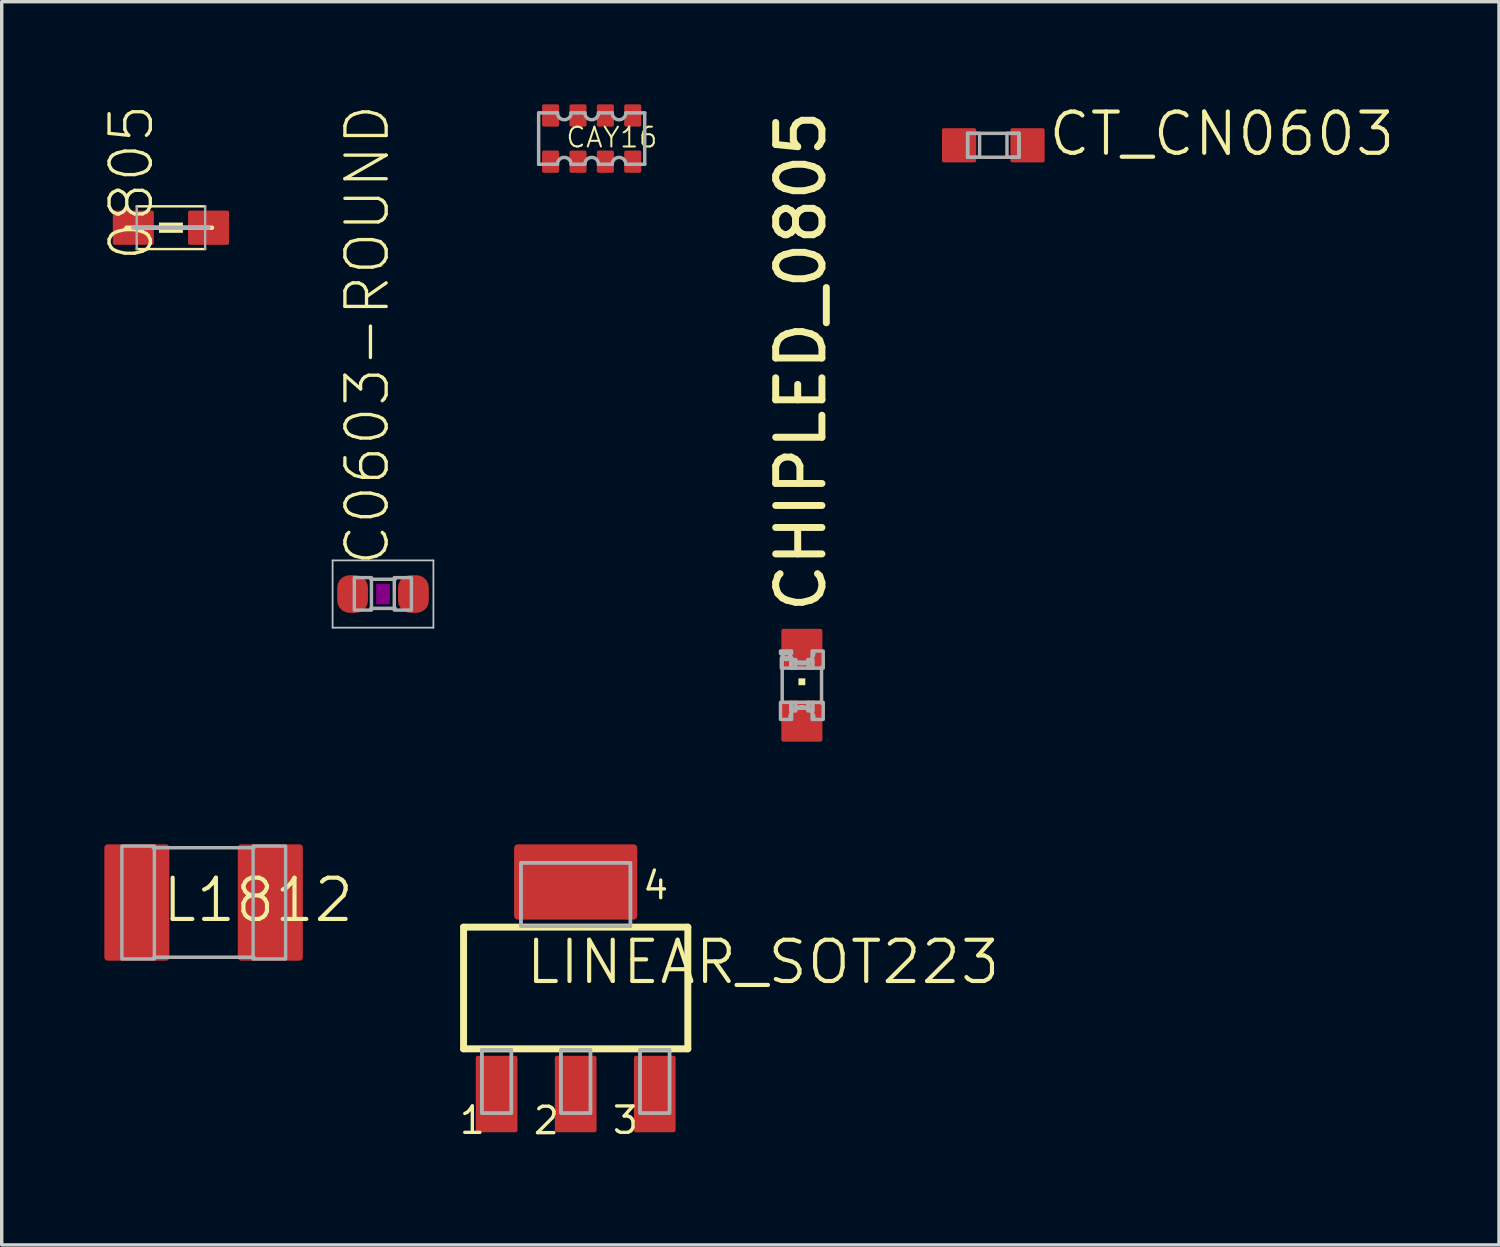
<source format=kicad_pcb>
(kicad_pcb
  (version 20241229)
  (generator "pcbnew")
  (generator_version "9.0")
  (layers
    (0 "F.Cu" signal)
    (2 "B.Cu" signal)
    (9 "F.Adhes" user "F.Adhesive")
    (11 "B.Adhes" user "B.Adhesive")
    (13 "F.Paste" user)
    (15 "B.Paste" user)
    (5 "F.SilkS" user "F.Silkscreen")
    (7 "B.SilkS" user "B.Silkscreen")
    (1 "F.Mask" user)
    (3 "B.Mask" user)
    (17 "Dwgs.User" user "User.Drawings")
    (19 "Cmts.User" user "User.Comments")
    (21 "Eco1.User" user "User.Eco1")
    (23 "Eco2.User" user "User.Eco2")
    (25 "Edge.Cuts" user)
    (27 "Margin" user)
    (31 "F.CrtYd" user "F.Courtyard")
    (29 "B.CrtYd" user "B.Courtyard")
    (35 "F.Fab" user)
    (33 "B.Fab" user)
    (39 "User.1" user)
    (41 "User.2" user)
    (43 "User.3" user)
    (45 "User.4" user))
  (footprint "LINEAR_SOT223"
    (layer "F.Cu")
    (at 13.776 25.826)
    (property "Reference" "LINEAR_SOT223" (at -1.524 -0.051 0) (layer "F.SilkS") (effects (font (size 1.206 1.206) (thickness 0.121)) (justify left bottom)))
    (attr through_hole)
    (fp_line (start -3.277 -1.778) (end 3.277 -1.778) (stroke (width 0.203) (type solid)) (layer "F.SilkS"))
    (fp_line (start -3.277 1.778) (end -3.277 -1.778) (stroke (width 0.203) (type solid)) (layer "F.SilkS"))
    (fp_line (start 3.277 -1.778) (end 3.277 1.778) (stroke (width 0.203) (type solid)) (layer "F.SilkS"))
    (fp_line (start 3.277 1.778) (end -3.277 1.778) (stroke (width 0.203) (type solid)) (layer "F.SilkS"))
    (fp_poly (pts (xy -2.743 3.658) (xy -1.88 3.658) (xy -1.88 1.803) (xy -2.743 1.803)) (stroke (width 0.1) (type solid)) (fill no) (layer "F.Fab"))
    (fp_poly (pts (xy -2.743 3.658) (xy -1.88 3.658) (xy -1.88 1.803) (xy -2.743 1.803)) (stroke (width 0.1) (type solid)) (fill no) (layer "F.Fab"))
    (fp_poly (pts (xy -1.6 -1.803) (xy 1.6 -1.803) (xy 1.6 -3.658) (xy -1.6 -3.658)) (stroke (width 0.1) (type solid)) (fill no) (layer "F.Fab"))
    (fp_poly (pts (xy -1.6 -1.803) (xy 1.6 -1.803) (xy 1.6 -3.658) (xy -1.6 -3.658)) (stroke (width 0.1) (type solid)) (fill no) (layer "F.Fab"))
    (fp_poly (pts (xy -0.432 3.658) (xy 0.432 3.658) (xy 0.432 1.803) (xy -0.432 1.803)) (stroke (width 0.1) (type solid)) (fill no) (layer "F.Fab"))
    (fp_poly (pts (xy -0.432 3.658) (xy 0.432 3.658) (xy 0.432 1.803) (xy -0.432 1.803)) (stroke (width 0.1) (type solid)) (fill no) (layer "F.Fab"))
    (fp_poly (pts (xy 1.88 3.658) (xy 2.743 3.658) (xy 2.743 1.803) (xy 1.88 1.803)) (stroke (width 0.1) (type solid)) (fill no) (layer "F.Fab"))
    (fp_poly (pts (xy 1.88 3.658) (xy 2.743 3.658) (xy 2.743 1.803) (xy 1.88 1.803)) (stroke (width 0.1) (type solid)) (fill no) (layer "F.Fab"))
    (fp_text user "2" (at -1.291 4.327 0) (layer "F.SilkS") (effects (font (size 0.772 0.772) (thickness 0.098)) (justify left bottom)))
    (fp_text user "4" (at 1.905 -2.54 0) (layer "F.SilkS") (effects (font (size 0.772 0.772) (thickness 0.098)) (justify left bottom)))
    (fp_text user "3" (at 1.021 4.318 0) (layer "F.SilkS") (effects (font (size 0.772 0.772) (thickness 0.098)) (justify left bottom)))
    (fp_text user "1" (at -3.453 4.318 0) (layer "F.SilkS") (effects (font (size 0.772 0.772) (thickness 0.098)) (justify left bottom)))
    (pad "1" smd roundrect (at -2.311 3.099) (size 1.219 2.235) (layers "F.Cu" "F.Mask" "F.Paste") (roundrect_rratio 0.05))
    (pad "2" smd roundrect (at 0 3.099) (size 1.219 2.235) (layers "F.Cu" "F.Mask" "F.Paste") (roundrect_rratio 0.05))
    (pad "3" smd roundrect (at 2.311 3.099) (size 1.219 2.235) (layers "F.Cu" "F.Mask" "F.Paste") (roundrect_rratio 0.05))
    (pad "4" smd roundrect (at 0 -3.099) (size 3.6 2.2) (layers "F.Cu" "F.Mask" "F.Paste") (roundrect_rratio 0.05)))
  (footprint "L1812"
    (layer "F.Cu")
    (at 2.9 23.327)
    (property "Reference" "L1812" (at -1.27 0.635 0) (layer "F.SilkS") (effects (font (size 1.206 1.206) (thickness 0.121)) (justify left bottom)))
    (attr through_hole)
    (fp_line (start -1.473 -1.6) (end 1.473 -1.6) (stroke (width 0.102) (type solid)) (layer "F.Fab"))
    (fp_line (start -1.448 1.6) (end 1.473 1.6) (stroke (width 0.102) (type solid)) (layer "F.Fab"))
    (fp_poly (pts (xy -2.388 1.651) (xy -1.438 1.651) (xy -1.438 -1.649) (xy -2.388 -1.649)) (stroke (width 0.1) (type solid)) (fill no) (layer "F.Fab"))
    (fp_poly (pts (xy 1.448 1.651) (xy 2.398 1.651) (xy 2.398 -1.649) (xy 1.448 -1.649)) (stroke (width 0.1) (type solid)) (fill no) (layer "F.Fab"))
    (pad "1" smd roundrect (at -1.95 0) (size 1.9 3.4) (layers "F.Cu" "F.Mask" "F.Paste") (roundrect_rratio 0.05))
    (pad "2" smd roundrect (at 1.95 0) (size 1.9 3.4) (layers "F.Cu" "F.Mask" "F.Paste") (roundrect_rratio 0.05)))
  (footprint "CT_CN0603"
    (layer "F.Cu")
    (at 25.981 1.197)
    (property "Reference" "CT_CN0603" (at 1.548 0.372 0) (layer "F.SilkS") (effects (font (size 1.206 1.206) (thickness 0.121)) (justify left bottom)))
    (attr through_hole)
    (fp_line (start -0.75 -0.35) (end 0.75 -0.35) (stroke (width 0.102) (type solid)) (layer "F.Fab"))
    (fp_line (start -0.75 0.35) (end -0.75 -0.35) (stroke (width 0.102) (type solid)) (layer "F.Fab"))
    (fp_line (start 0.75 -0.35) (end 0.75 0.35) (stroke (width 0.102) (type solid)) (layer "F.Fab"))
    (fp_line (start 0.75 0.35) (end -0.75 0.35) (stroke (width 0.102) (type solid)) (layer "F.Fab"))
    (fp_poly (pts (xy -0.75 0.35) (xy -0.4 0.35) (xy -0.4 -0.35) (xy -0.75 -0.35)) (stroke (width 0.1) (type solid)) (fill no) (layer "F.Fab"))
    (fp_poly (pts (xy 0.75 -0.35) (xy 0.4 -0.35) (xy 0.4 0.35) (xy 0.75 0.35)) (stroke (width 0.1) (type solid)) (fill no) (layer "F.Fab"))
    (pad "1" smd roundrect (at -1 0) (size 1 1) (layers "F.Cu" "F.Mask" "F.Paste") (roundrect_rratio 0.051))
    (pad "2" smd roundrect (at 1 0) (size 1 1) (layers "F.Cu" "F.Mask" "F.Paste") (roundrect_rratio 0.051)))
  (footprint "C0603-ROUND"
    (layer "F.Cu")
    (at 8.144 14.312)
    (property "Reference" "C0603-ROUND" (at 0.245 -0.762 90) (layer "F.SilkS") (effects (font (size 1.206 1.206) (thickness 0.097)) (justify left bottom)))
    (attr through_hole)
    (fp_poly (pts (xy -0.2 0.3) (xy 0.2 0.3) (xy 0.2 -0.3) (xy -0.2 -0.3)) (stroke (width 0) (type solid)) (fill yes) (layer "F.Adhes"))
    (fp_line (start -1.473 -0.983) (end 1.473 -0.983) (stroke (width 0.051) (type solid)) (layer "Dwgs.User"))
    (fp_line (start -1.473 0.983) (end -1.473 -0.983) (stroke (width 0.051) (type solid)) (layer "Dwgs.User"))
    (fp_line (start 1.473 -0.983) (end 1.473 0.983) (stroke (width 0.051) (type solid)) (layer "Dwgs.User"))
    (fp_line (start 1.473 0.983) (end -1.473 0.983) (stroke (width 0.051) (type solid)) (layer "Dwgs.User"))
    (fp_line (start -0.356 -0.432) (end 0.356 -0.432) (stroke (width 0.102) (type solid)) (layer "F.Fab"))
    (fp_line (start -0.356 0.419) (end 0.356 0.419) (stroke (width 0.102) (type solid)) (layer "F.Fab"))
    (fp_poly (pts (xy -0.838 0.47) (xy -0.338 0.47) (xy -0.338 -0.48) (xy -0.838 -0.48)) (stroke (width 0.1) (type solid)) (fill no) (layer "F.Fab"))
    (fp_poly (pts (xy 0.33 0.47) (xy 0.83 0.47) (xy 0.83 -0.48) (xy 0.33 -0.48)) (stroke (width 0.1) (type solid)) (fill no) (layer "F.Fab"))
    (pad "1" smd roundrect (at -0.889 0 90) (size 1.1 0.898) (layers "F.Cu" "F.Mask" "F.Paste") (roundrect_rratio 0.4))
    (pad "2" smd roundrect (at 0.889 0 90) (size 1.1 0.898) (layers "F.Cu" "F.Mask" "F.Paste") (roundrect_rratio 0.4)))
  (footprint "0805"
    (layer "F.Cu")
    (at 1.946 3.605)
    (property "Reference" "0805" (at -0.45 1.039 90) (layer "F.SilkS") (effects (font (size 1.206 1.206) (thickness 0.097)) (justify left bottom)))
    (attr through_hole)
    (fp_line (start -1.3 0) (end 1.2 0) (stroke (width 0.127) (type solid)) (layer "F.SilkS"))
    (fp_line (start -1 -0.625) (end 1 -0.625) (stroke (width 0.07) (type solid)) (layer "F.SilkS"))
    (fp_line (start 1 0.625) (end -1 0.625) (stroke (width 0.07) (type solid)) (layer "F.SilkS"))
    (fp_poly (pts (xy -0.35 0.15) (xy 0.35 0.15) (xy 0.35 -0.15) (xy -0.35 -0.15)) (stroke (width 0) (type solid)) (fill yes) (layer "F.SilkS"))
    (fp_line (start -1.1 0) (end 1.1 0) (stroke (width 0.127) (type solid)) (layer "F.Fab"))
    (fp_line (start -1 0.625) (end -1 -0.625) (stroke (width 0.07) (type solid)) (layer "F.Fab"))
    (fp_line (start 1 -0.625) (end 1 0.625) (stroke (width 0.07) (type solid)) (layer "F.Fab"))
    (pad "1" smd roundrect (at -1.1 0) (size 1.2 1) (layers "F.Cu" "F.Mask" "F.Paste") (roundrect_rratio 0.051))
    (pad "2" smd roundrect (at 1.1 0) (size 1.2 1) (layers "F.Cu" "F.Mask" "F.Paste") (roundrect_rratio 0.051)))
  (footprint "CAY16"
    (layer "F.Cu")
    (at 14.243 1)
    (property "Reference" "CAY16" (at -0.787 0.305 0) (layer "F.SilkS") (effects (font (size 0.579 0.579) (thickness 0.058)) (justify left bottom)))
    (attr through_hole)
    (fp_line (start -1.55 -0.75) (end -1 -0.75) (stroke (width 0.102) (type solid)) (layer "F.Fab"))
    (fp_line (start -1.55 0.75) (end -1.55 -0.75) (stroke (width 0.102) (type solid)) (layer "F.Fab"))
    (fp_line (start -1 0.75) (end -1.55 0.75) (stroke (width 0.102) (type solid)) (layer "F.Fab"))
    (fp_line (start -0.6 -0.75) (end -0.2 -0.75) (stroke (width 0.102) (type solid)) (layer "F.Fab"))
    (fp_line (start -0.2 0.75) (end -0.6 0.75) (stroke (width 0.102) (type solid)) (layer "F.Fab"))
    (fp_line (start 0.2 -0.75) (end 0.6 -0.75) (stroke (width 0.102) (type solid)) (layer "F.Fab"))
    (fp_line (start 0.6 0.75) (end 0.2 0.75) (stroke (width 0.102) (type solid)) (layer "F.Fab"))
    (fp_line (start 1 -0.75) (end 1.55 -0.75) (stroke (width 0.102) (type solid)) (layer "F.Fab"))
    (fp_line (start 1.55 -0.75) (end 1.55 0.75) (stroke (width 0.102) (type solid)) (layer "F.Fab"))
    (fp_line (start 1.55 0.75) (end 1 0.75) (stroke (width 0.102) (type solid)) (layer "F.Fab"))
    (fp_arc (start -1 0.75) (mid -0.8 0.55) (end -0.6 0.75) (stroke (width 0.1016) (type solid)) (layer "F.Fab"))
    (fp_arc (start -0.6 -0.75) (mid -0.8 -0.55) (end -1 -0.75) (stroke (width 0.1016) (type solid)) (layer "F.Fab"))
    (fp_arc (start -0.2 0.75) (mid 0 0.55) (end 0.2 0.75) (stroke (width 0.1016) (type solid)) (layer "F.Fab"))
    (fp_arc (start 0.2 -0.75) (mid 0 -0.55) (end -0.2 -0.75) (stroke (width 0.1016) (type solid)) (layer "F.Fab"))
    (fp_arc (start 0.6 0.75) (mid 0.8 0.55) (end 1 0.75) (stroke (width 0.1016) (type solid)) (layer "F.Fab"))
    (fp_arc (start 1 -0.75) (mid 0.8 -0.55) (end 0.6 -0.75) (stroke (width 0.1016) (type solid)) (layer "F.Fab"))
    (pad "1" smd roundrect (at -1.2 0.675) (size 0.5 0.65) (layers "F.Cu" "F.Mask" "F.Paste") (roundrect_rratio 0.102))
    (pad "2" smd roundrect (at -0.4 0.675) (size 0.5 0.65) (layers "F.Cu" "F.Mask" "F.Paste") (roundrect_rratio 0.102))
    (pad "3" smd roundrect (at 0.4 0.675) (size 0.5 0.65) (layers "F.Cu" "F.Mask" "F.Paste") (roundrect_rratio 0.102))
    (pad "4" smd roundrect (at 1.2 0.675) (size 0.5 0.65) (layers "F.Cu" "F.Mask" "F.Paste") (roundrect_rratio 0.102))
    (pad "5" smd roundrect (at 1.2 -0.675) (size 0.5 0.65) (layers "F.Cu" "F.Mask" "F.Paste") (roundrect_rratio 0.102))
    (pad "6" smd roundrect (at 0.4 -0.675) (size 0.5 0.65) (layers "F.Cu" "F.Mask" "F.Paste") (roundrect_rratio 0.102))
    (pad "7" smd roundrect (at -0.4 -0.675) (size 0.5 0.65) (layers "F.Cu" "F.Mask" "F.Paste") (roundrect_rratio 0.102))
    (pad "8" smd roundrect (at -1.2 -0.675) (size 0.5 0.65) (layers "F.Cu" "F.Mask" "F.Paste") (roundrect_rratio 0.102)))
  (footprint "CHIPLED_0805"
    (layer "F.Cu")
    (at 20.386 16.977)
    (property "Reference" "CHIPLED_0805" (at 0.762 -2.032 270) (layer "F.SilkS") (effects (font (size 1.351 1.351) (thickness 0.203)) (justify left bottom)))
    (attr through_hole)
    (fp_poly (pts (xy -0.1 0) (xy 0.1 0) (xy 0.1 -0.2) (xy -0.1 -0.2)) (stroke (width 0) (type solid)) (fill yes) (layer "F.SilkS"))
    (fp_line (start -0.575 0.5) (end -0.575 -0.925) (stroke (width 0.102) (type solid)) (layer "F.Fab"))
    (fp_line (start 0.575 -0.525) (end 0.575 0.525) (stroke (width 0.102) (type solid)) (layer "F.Fab"))
    (fp_arc (start -0.35 0.925) (mid -0.000001 0.625027) (end 0.35 0.924998) (stroke (width 0.1016) (type solid)) (layer "F.Fab"))
    (fp_arc (start 0.35 -0.924998) (mid -0.000001 -0.625027) (end -0.35 -0.925) (stroke (width 0.1016) (type solid)) (layer "F.Fab"))
    (fp_circle (center -0.45 -0.85) (end -0.347 -0.85) (stroke (width 0.102) (type solid)) (fill no) (layer "F.Fab"))
    (fp_poly (pts (xy -0.625 -0.925) (xy -0.3 -0.925) (xy -0.3 -1) (xy -0.625 -1)) (stroke (width 0.1) (type solid)) (fill no) (layer "F.Fab"))
    (fp_poly (pts (xy -0.625 1) (xy -0.3 1) (xy -0.3 0.5) (xy -0.625 0.5)) (stroke (width 0.1) (type solid)) (fill no) (layer "F.Fab"))
    (fp_poly (pts (xy -0.6 -0.5) (xy -0.3 -0.5) (xy -0.3 -0.8) (xy -0.6 -0.8)) (stroke (width 0.1) (type solid)) (fill no) (layer "F.Fab"))
    (fp_poly (pts (xy -0.325 -0.5) (xy -0.175 -0.5) (xy -0.175 -0.75) (xy -0.325 -0.75)) (stroke (width 0.1) (type solid)) (fill no) (layer "F.Fab"))
    (fp_poly (pts (xy -0.325 0.75) (xy -0.175 0.75) (xy -0.175 0.5) (xy -0.325 0.5)) (stroke (width 0.1) (type solid)) (fill no) (layer "F.Fab"))
    (fp_poly (pts (xy -0.2 -0.5) (xy 0.2 -0.5) (xy 0.2 -0.675) (xy -0.2 -0.675)) (stroke (width 0.1) (type solid)) (fill no) (layer "F.Fab"))
    (fp_poly (pts (xy -0.2 0.675) (xy 0.2 0.675) (xy 0.2 0.5) (xy -0.2 0.5)) (stroke (width 0.1) (type solid)) (fill no) (layer "F.Fab"))
    (fp_poly (pts (xy 0.175 -0.5) (xy 0.325 -0.5) (xy 0.325 -0.75) (xy 0.175 -0.75)) (stroke (width 0.1) (type solid)) (fill no) (layer "F.Fab"))
    (fp_poly (pts (xy 0.175 0.75) (xy 0.325 0.75) (xy 0.325 0.5) (xy 0.175 0.5)) (stroke (width 0.1) (type solid)) (fill no) (layer "F.Fab"))
    (fp_poly (pts (xy 0.3 -0.5) (xy 0.625 -0.5) (xy 0.625 -1) (xy 0.3 -1)) (stroke (width 0.1) (type solid)) (fill no) (layer "F.Fab"))
    (fp_poly (pts (xy 0.3 1) (xy 0.625 1) (xy 0.625 0.5) (xy 0.3 0.5)) (stroke (width 0.1) (type solid)) (fill no) (layer "F.Fab"))
    (pad "A" smd roundrect (at 0 1.05) (size 1.2 1.2) (layers "F.Cu" "F.Mask" "F.Paste") (roundrect_rratio 0.05))
    (pad "C" smd roundrect (at 0 -1.05) (size 1.2 1.2) (layers "F.Cu" "F.Mask" "F.Paste") (roundrect_rratio 0.05)))
  (gr_rect
    (start -3 -3)
    (end 40.761 33.334)
    (stroke (width 0.1) (type default))
    (fill no)
    (layer "Edge.Cuts")))
</source>
